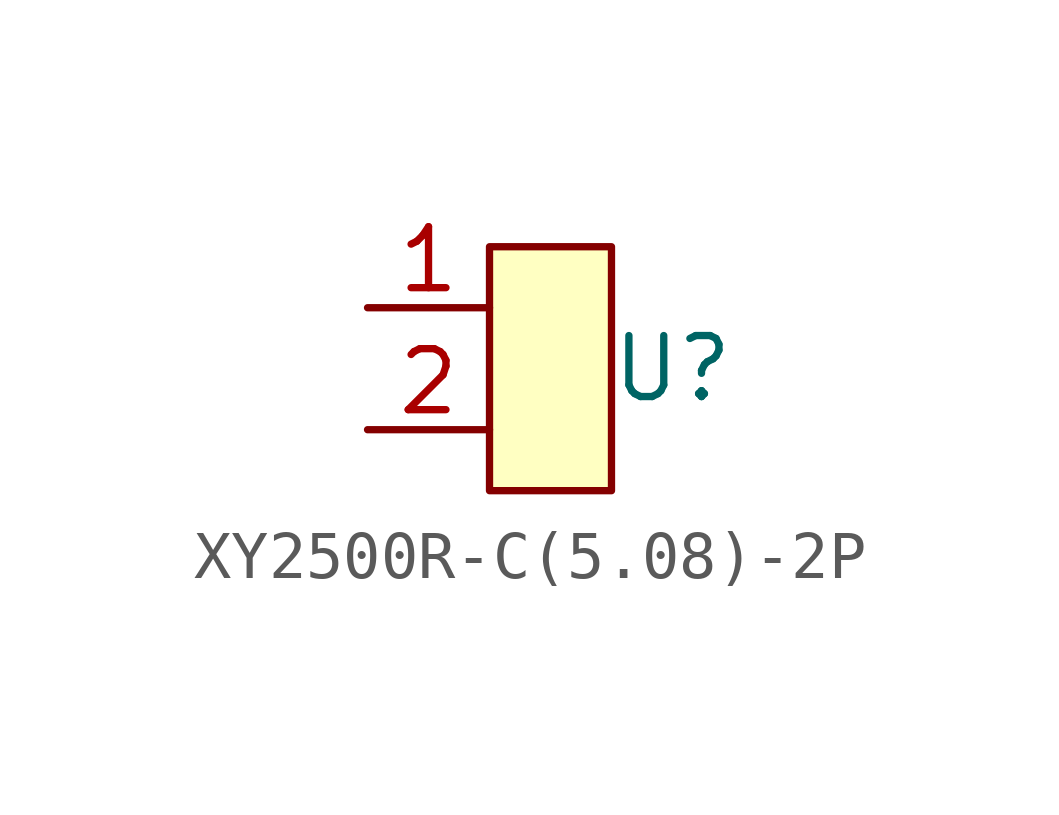
<source format=kicad_sym>
(kicad_symbol_lib
  (version 20211014)
  (generator kicad_symbol_editor)
  (symbol "XY2500R-C(5.08)-2P"
    (property "Reference" "U"
      (at 2.54 0 0)
      (effects (font (size 1.27 1.27))))
    (symbol "XY2500R-C(5.08)-2P_0_1"
      (rectangle (start -1.27 2.54) (end 1.27 -2.54) (stroke (width 0) (type default) (color 0 0 0 0)) (fill (type background))))
    (symbol "XY2500R-C(5.08)-2P_1_1"
      (pin passive line (at -3.81 1.27 0) (length 2.54) (name "" (effects (font (size 1.27 1.27)))) (number "1" (effects (font (size 1.27 1.27)))))
      (pin passive line (at -3.81 -1.27 0) (length 2.54) (name "" (effects (font (size 1.27 1.27)))) (number "2" (effects (font (size 1.27 1.27))))))))
</source>
